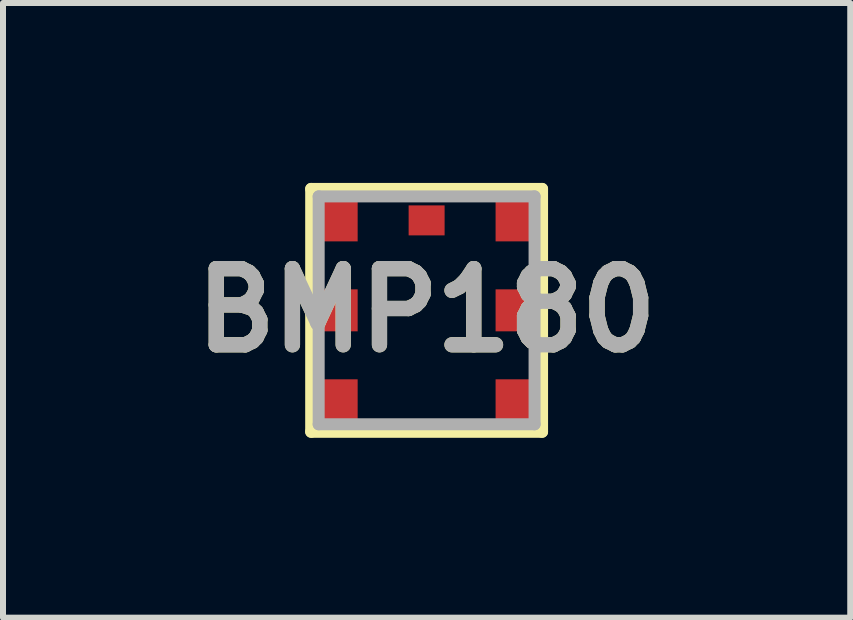
<source format=kicad_pcb>
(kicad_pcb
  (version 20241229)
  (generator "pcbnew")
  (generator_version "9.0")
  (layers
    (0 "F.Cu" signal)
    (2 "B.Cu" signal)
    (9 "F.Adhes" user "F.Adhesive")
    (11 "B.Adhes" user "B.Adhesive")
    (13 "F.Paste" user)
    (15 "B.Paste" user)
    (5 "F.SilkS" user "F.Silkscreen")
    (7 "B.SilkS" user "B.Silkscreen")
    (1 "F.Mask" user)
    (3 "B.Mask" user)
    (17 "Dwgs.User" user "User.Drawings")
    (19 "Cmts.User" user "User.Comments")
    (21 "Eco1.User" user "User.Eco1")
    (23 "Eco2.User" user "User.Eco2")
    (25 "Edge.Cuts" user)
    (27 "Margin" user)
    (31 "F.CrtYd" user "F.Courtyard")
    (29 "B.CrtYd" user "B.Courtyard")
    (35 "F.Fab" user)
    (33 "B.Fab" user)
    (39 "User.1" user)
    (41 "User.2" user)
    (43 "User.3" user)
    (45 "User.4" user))
  (footprint "BMP180"
    (layer "F.Cu")
    (at 4.064 2.125)
    (property "Reference" "BMP180" (at 0 0 0) (layer "F.SilkS") (effects (font (size 1.27 1.27) (thickness 0.254))))
    (attr smd)
    (fp_line (start -1.925 -2.025) (end 1.925 -2.025) (stroke (width 0.2) (type solid)) (layer "F.SilkS"))
    (fp_line (start -1.925 2.025) (end -1.925 -2.025) (stroke (width 0.2) (type solid)) (layer "F.SilkS"))
    (fp_line (start 1.925 -2.025) (end 1.925 2.025) (stroke (width 0.2) (type solid)) (layer "F.SilkS"))
    (fp_line (start 1.925 2.025) (end -1.925 2.025) (stroke (width 0.2) (type solid)) (layer "F.SilkS"))
    (fp_line (start -1.8 -1.9) (end 1.8 -1.9) (stroke (width 0.2) (type solid)) (layer "F.Fab"))
    (fp_line (start -1.8 1.9) (end -1.8 -1.9) (stroke (width 0.2) (type solid)) (layer "F.Fab"))
    (fp_line (start 1.8 -1.9) (end 1.8 1.9) (stroke (width 0.2) (type solid)) (layer "F.Fab"))
    (fp_line (start 1.8 1.9) (end -1.8 1.9) (stroke (width 0.2) (type solid)) (layer "F.Fab"))
    (fp_text user "${REFERENCE}" (at 0 0 0) (layer "F.Fab") (effects (font (size 1.27 1.27) (thickness 0.254))))
    (pad "1" smd rect (at -1.45 -1.5) (size 0.6 0.7) (layers "F.Cu" "F.Mask" "F.Paste"))
    (pad "2" smd rect (at -1.45 0) (size 0.6 0.7) (layers "F.Cu" "F.Mask" "F.Paste"))
    (pad "3" smd rect (at -1.45 1.5) (size 0.6 0.7) (layers "F.Cu" "F.Mask" "F.Paste"))
    (pad "4" smd rect (at 1.45 1.5) (size 0.6 0.7) (layers "F.Cu" "F.Mask" "F.Paste"))
    (pad "5" smd rect (at 1.45 0) (size 0.6 0.7) (layers "F.Cu" "F.Mask" "F.Paste"))
    (pad "6" smd rect (at 1.45 -1.5) (size 0.6 0.7) (layers "F.Cu" "F.Mask" "F.Paste"))
    (pad "7" smd rect (at 0 -1.5 90) (size 0.5 0.6) (layers "F.Cu" "F.Mask" "F.Paste")))
  (gr_rect
    (start -3 -3)
    (end 11.128 7.25)
    (stroke (width 0.1) (type default))
    (fill no)
    (layer "Edge.Cuts")))
</source>
